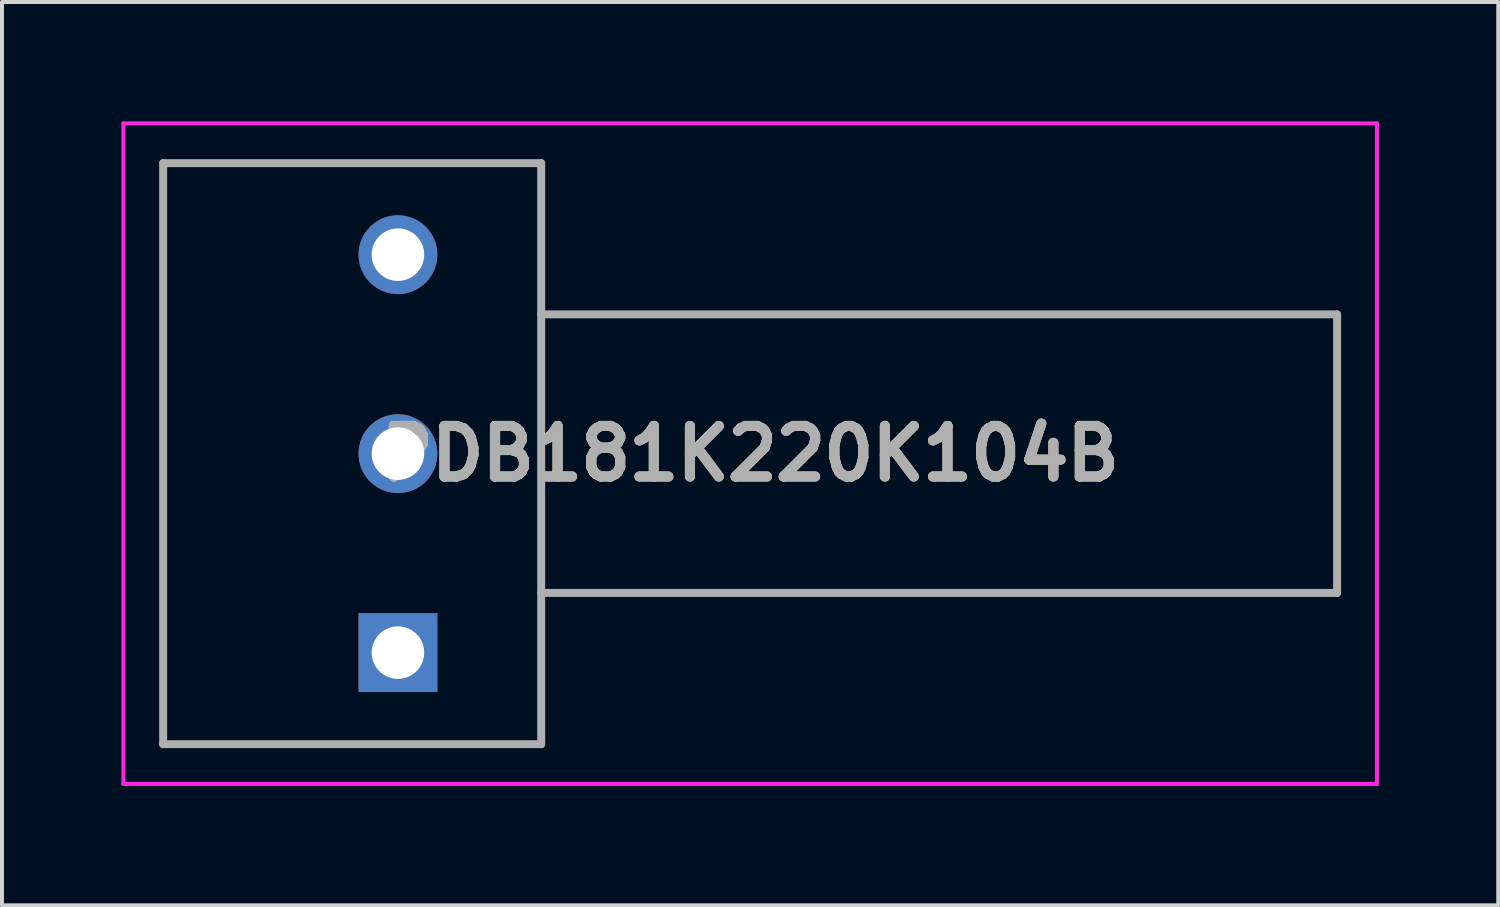
<source format=kicad_pcb>
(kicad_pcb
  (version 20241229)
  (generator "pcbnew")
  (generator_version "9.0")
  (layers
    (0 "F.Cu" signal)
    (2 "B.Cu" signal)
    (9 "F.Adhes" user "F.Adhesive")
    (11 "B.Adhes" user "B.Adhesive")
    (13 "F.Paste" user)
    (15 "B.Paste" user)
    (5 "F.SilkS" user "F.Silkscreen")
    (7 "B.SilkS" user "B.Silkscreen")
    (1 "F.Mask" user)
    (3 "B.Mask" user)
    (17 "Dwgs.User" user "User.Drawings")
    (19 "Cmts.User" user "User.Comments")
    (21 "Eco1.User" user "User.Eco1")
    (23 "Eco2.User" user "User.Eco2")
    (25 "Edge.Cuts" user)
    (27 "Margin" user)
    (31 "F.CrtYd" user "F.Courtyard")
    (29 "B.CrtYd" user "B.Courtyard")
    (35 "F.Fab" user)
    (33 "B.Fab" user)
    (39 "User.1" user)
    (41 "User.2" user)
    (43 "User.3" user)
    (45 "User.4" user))
  (footprint "PDB181K220K104B"
    (layer "F.Cu")
    (at 6.95 13.35)
    (property "Reference" "PDB181K220K104B" (at 8.85 -5 0) (layer "F.SilkS") (effects (font (size 1.27 1.27) (thickness 0.254))))
    (attr through_hole)
    (fp_line (start -5.9 -12.3) (end -5.9 2.3) (stroke (width 0.1) (type solid)) (layer "F.SilkS"))
    (fp_line (start -5.9 2.3) (end -1.4 2.3) (stroke (width 0.1) (type solid)) (layer "F.SilkS"))
    (fp_line (start -1.4 -12.3) (end -5.9 -12.3) (stroke (width 0.1) (type solid)) (layer "F.SilkS"))
    (fp_line (start -1.4 -12.3) (end 3.6 -12.3) (stroke (width 0.1) (type solid)) (layer "F.SilkS"))
    (fp_line (start 3.6 -12.3) (end 3.6 2.3) (stroke (width 0.1) (type solid)) (layer "F.SilkS"))
    (fp_line (start 3.6 2.3) (end -1.4 2.3) (stroke (width 0.1) (type solid)) (layer "F.SilkS"))
    (fp_line (start -6.9 -13.3) (end 24.6 -13.3) (stroke (width 0.1) (type solid)) (layer "F.CrtYd"))
    (fp_line (start -6.9 3.3) (end -6.9 -13.3) (stroke (width 0.1) (type solid)) (layer "F.CrtYd"))
    (fp_line (start 24.6 -13.3) (end 24.6 3.3) (stroke (width 0.1) (type solid)) (layer "F.CrtYd"))
    (fp_line (start 24.6 3.3) (end -6.9 3.3) (stroke (width 0.1) (type solid)) (layer "F.CrtYd"))
    (fp_line (start -5.9 -12.3) (end 3.6 -12.3) (stroke (width 0.2) (type solid)) (layer "F.Fab"))
    (fp_line (start -5.9 2.3) (end -5.9 -12.3) (stroke (width 0.2) (type solid)) (layer "F.Fab"))
    (fp_line (start 3.6 -12.3) (end 3.6 2.3) (stroke (width 0.2) (type solid)) (layer "F.Fab"))
    (fp_line (start 3.6 -8.5) (end 23.6 -8.5) (stroke (width 0.2) (type solid)) (layer "F.Fab"))
    (fp_line (start 3.6 2.3) (end -5.9 2.3) (stroke (width 0.2) (type solid)) (layer "F.Fab"))
    (fp_line (start 23.6 -8.5) (end 23.6 -1.5) (stroke (width 0.2) (type solid)) (layer "F.Fab"))
    (fp_line (start 23.6 -1.5) (end 3.6 -1.5) (stroke (width 0.2) (type solid)) (layer "F.Fab"))
    (fp_text user "${REFERENCE}" (at 8.85 -5 0) (layer "F.Fab") (effects (font (size 1.27 1.27) (thickness 0.254))))
    (pad "1" thru_hole rect (at 0 0) (size 1.98 1.98) (drill 1.32) (layers "*.Cu" "*.Mask"))
    (pad "2" thru_hole circle (at 0 -5) (size 1.98 1.98) (drill 1.32) (layers "*.Cu" "*.Mask"))
    (pad "3" thru_hole circle (at 0 -10) (size 1.98 1.98) (drill 1.32) (layers "*.Cu" "*.Mask")))
  (gr_rect
    (start -3 -3)
    (end 34.6 19.7)
    (stroke (width 0.1) (type default))
    (fill no)
    (layer "Edge.Cuts")))
</source>
